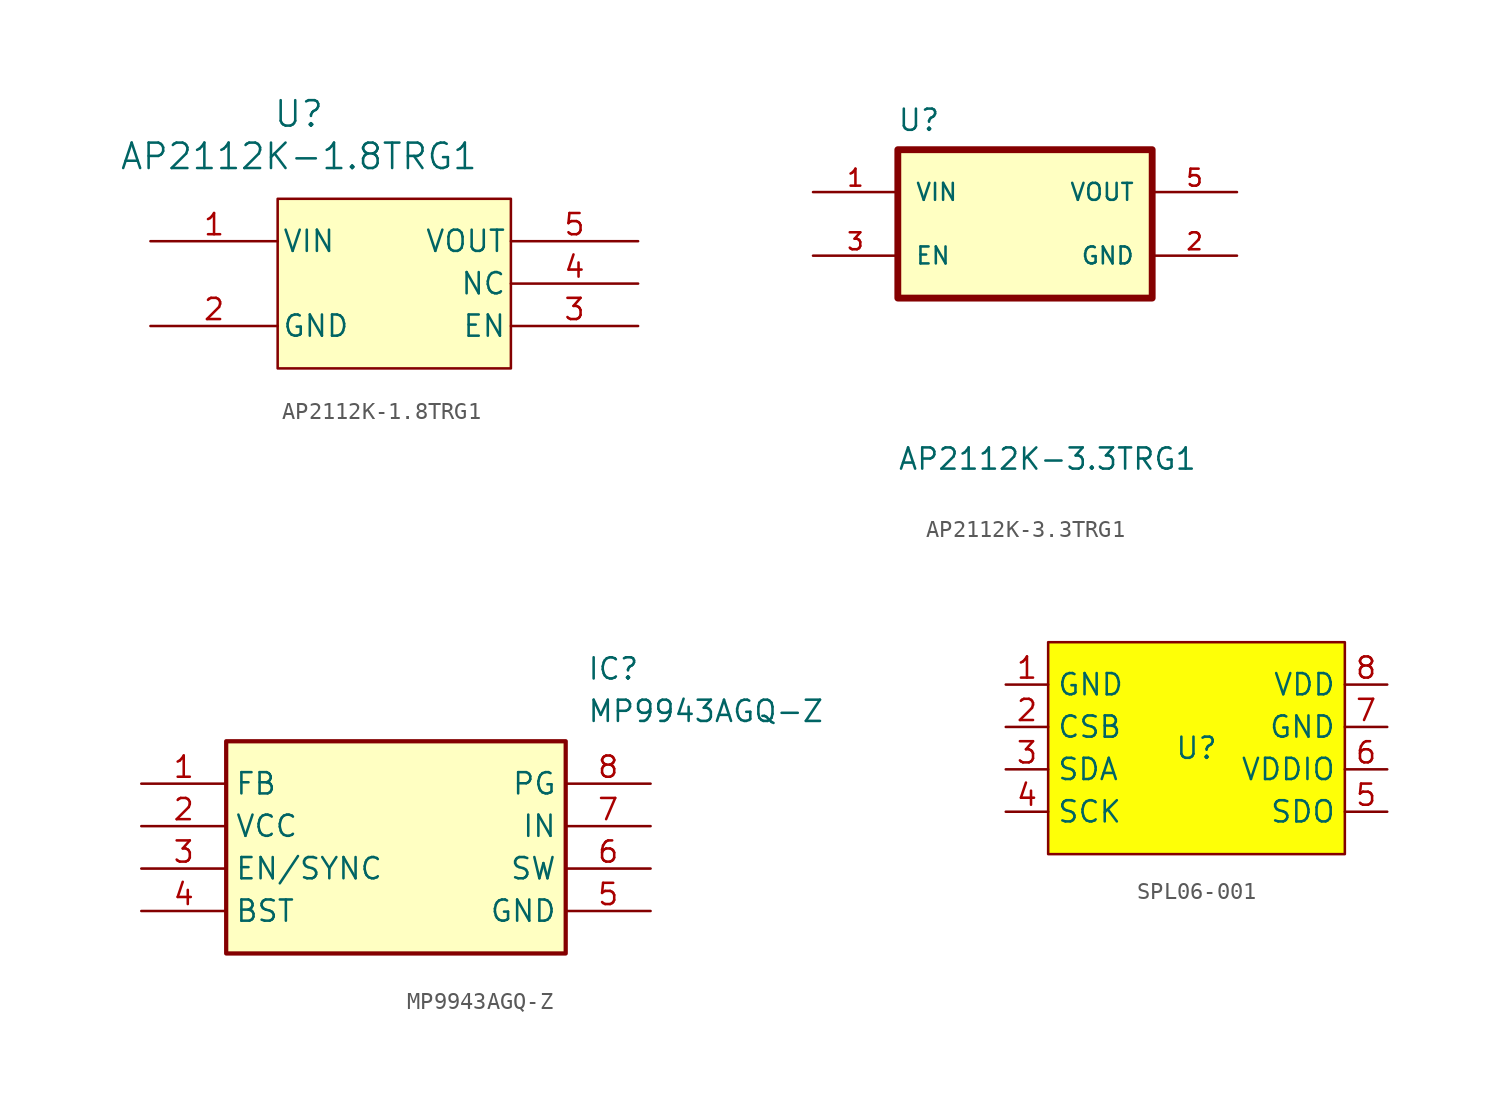
<source format=kicad_sym>
(kicad_symbol_lib
  (version 20241209)
  (generator "kicad_symbol_editor")
  (generator_version "9.0")
  (symbol "AP2112K-1.8TRG1"
    (pin_names
      (offset 0.254))
    (property "Reference" "U"
      (at 20.32 10.16 0)
      (effects (font (size 1.524 1.524))))
    (property "Value" "AP2112K-1.8TRG1"
      (at 20.32 7.62 0)
      (effects (font (size 1.524 1.524))))
    (symbol "AP2112K-1.8TRG1_0_1"
      (pin unspecified line (at 11.43 2.54 0) (length 7.62) (name "VIN" (effects (font (size 1.27 1.27)))) (number "1" (effects (font (size 1.27 1.27)))))
      (pin unspecified line (at 11.43 -2.54 0) (length 7.62) (name "GND" (effects (font (size 1.27 1.27)))) (number "2" (effects (font (size 1.27 1.27)))))
      (pin unspecified line (at 40.64 2.54 180) (length 7.62) (name "VOUT" (effects (font (size 1.27 1.27)))) (number "5" (effects (font (size 1.27 1.27)))))
      (pin unspecified line (at 40.64 0 180) (length 7.62) (name "NC" (effects (font (size 1.27 1.27)))) (number "4" (effects (font (size 1.27 1.27)))))
      (pin unspecified line (at 40.64 -2.54 180) (length 7.62) (name "EN" (effects (font (size 1.27 1.27)))) (number "3" (effects (font (size 1.27 1.27))))))
    (symbol "AP2112K-1.8TRG1_1_1"
      (rectangle (start 19.05 5.08) (end 33.02 -5.08) (stroke (width 0) (type solid)) (fill (type background)))))
  (symbol "AP2112K-3.3TRG1"
    (pin_names
      (offset 1.016))
    (property "Reference" "U"
      (at -7.663 8.648 0)
      (effects (font (size 1.27 1.27)) (justify left bottom)))
    (property "Value" "AP2112K-3.3TRG1"
      (at -7.649 -11.651 0)
      (effects (font (size 1.27 1.27)) (justify left bottom)))
    (symbol "AP2112K-3.3TRG1_0_0"
      (rectangle (start -7.62 7.62) (end 7.62 -1.27) (stroke (width 0.41) (type default)) (fill (type background)))
      (pin power_in line (at -12.7 5.08 0) (length 5.08) (name "VIN" (effects (font (size 1.016 1.016)))) (number "1" (effects (font (size 1.016 1.016)))))
      (pin input line (at -12.7 1.27 0) (length 5.08) (name "EN" (effects (font (size 1.016 1.016)))) (number "3" (effects (font (size 1.016 1.016)))))
      (pin power_in line (at 12.7 5.08 180) (length 5.08) (name "VOUT" (effects (font (size 1.016 1.016)))) (number "5" (effects (font (size 1.016 1.016)))))
      (pin power_in line (at 12.7 1.27 180) (length 5.08) (name "GND" (effects (font (size 1.016 1.016)))) (number "2" (effects (font (size 1.016 1.016)))))))
  (symbol "MP9943AGQ-Z"
    (property "Reference" "IC"
      (at 26.67 7.62 0)
      (effects (font (size 1.27 1.27)) (justify left top)))
    (property "Value" "MP9943AGQ-Z"
      (at 26.67 5.08 0)
      (effects (font (size 1.27 1.27)) (justify left top)))
    (symbol "MP9943AGQ-Z_1_1"
      (rectangle (start 5.08 2.54) (end 25.4 -10.16) (stroke (width 0.254) (type default)) (fill (type background)))
      (pin passive line (at 0 0 0) (length 5.08) (name "FB" (effects (font (size 1.27 1.27)))) (number "1" (effects (font (size 1.27 1.27)))))
      (pin passive line (at 0 -2.54 0) (length 5.08) (name "VCC" (effects (font (size 1.27 1.27)))) (number "2" (effects (font (size 1.27 1.27)))))
      (pin passive line (at 0 -5.08 0) (length 5.08) (name "EN/SYNC" (effects (font (size 1.27 1.27)))) (number "3" (effects (font (size 1.27 1.27)))))
      (pin passive line (at 0 -7.62 0) (length 5.08) (name "BST" (effects (font (size 1.27 1.27)))) (number "4" (effects (font (size 1.27 1.27)))))
      (pin passive line (at 30.48 0 180) (length 5.08) (name "PG" (effects (font (size 1.27 1.27)))) (number "8" (effects (font (size 1.27 1.27)))))
      (pin passive line (at 30.48 -2.54 180) (length 5.08) (name "IN" (effects (font (size 1.27 1.27)))) (number "7" (effects (font (size 1.27 1.27)))))
      (pin passive line (at 30.48 -5.08 180) (length 5.08) (name "SW" (effects (font (size 1.27 1.27)))) (number "6" (effects (font (size 1.27 1.27)))))
      (pin passive line (at 30.48 -7.62 180) (length 5.08) (name "GND" (effects (font (size 1.27 1.27)))) (number "5" (effects (font (size 1.27 1.27)))))))
  (symbol "SPL06-001"
    (property "Reference" "U"
      (at 0 0 0)
      (effects (font (size 1.27 1.27))))
    (property "Value" ""
      (at 0 0 0)
      (effects (font (size 1.27 1.27))))
    (symbol "SPL06-001_1_0"
      (rectangle (start -8.89 6.35) (end 8.89 -6.35) (stroke (width 0) (type solid)) (fill (type color) (color 254 255 7 1)))
      (pin unspecified line (at -11.43 3.81 0) (length 2.54) (name "GND" (effects (font (size 1.27 1.27)))) (number "1" (effects (font (size 1.27 1.27)))))
      (pin unspecified line (at -11.43 1.27 0) (length 2.54) (name "CSB" (effects (font (size 1.27 1.27)))) (number "2" (effects (font (size 1.27 1.27)))))
      (pin unspecified line (at -11.43 -1.27 0) (length 2.54) (name "SDA" (effects (font (size 1.27 1.27)))) (number "3" (effects (font (size 1.27 1.27)))))
      (pin unspecified line (at -11.43 -3.81 0) (length 2.54) (name "SCK" (effects (font (size 1.27 1.27)))) (number "4" (effects (font (size 1.27 1.27)))))
      (pin unspecified line (at 11.43 3.81 180) (length 2.54) (name "VDD" (effects (font (size 1.27 1.27)))) (number "8" (effects (font (size 1.27 1.27)))))
      (pin unspecified line (at 11.43 1.27 180) (length 2.54) (name "GND" (effects (font (size 1.27 1.27)))) (number "7" (effects (font (size 1.27 1.27)))))
      (pin unspecified line (at 11.43 -1.27 180) (length 2.54) (name "VDDIO" (effects (font (size 1.27 1.27)))) (number "6" (effects (font (size 1.27 1.27)))))
      (pin unspecified line (at 11.43 -3.81 180) (length 2.54) (name "SDO" (effects (font (size 1.27 1.27)))) (number "5" (effects (font (size 1.27 1.27))))))))
</source>
